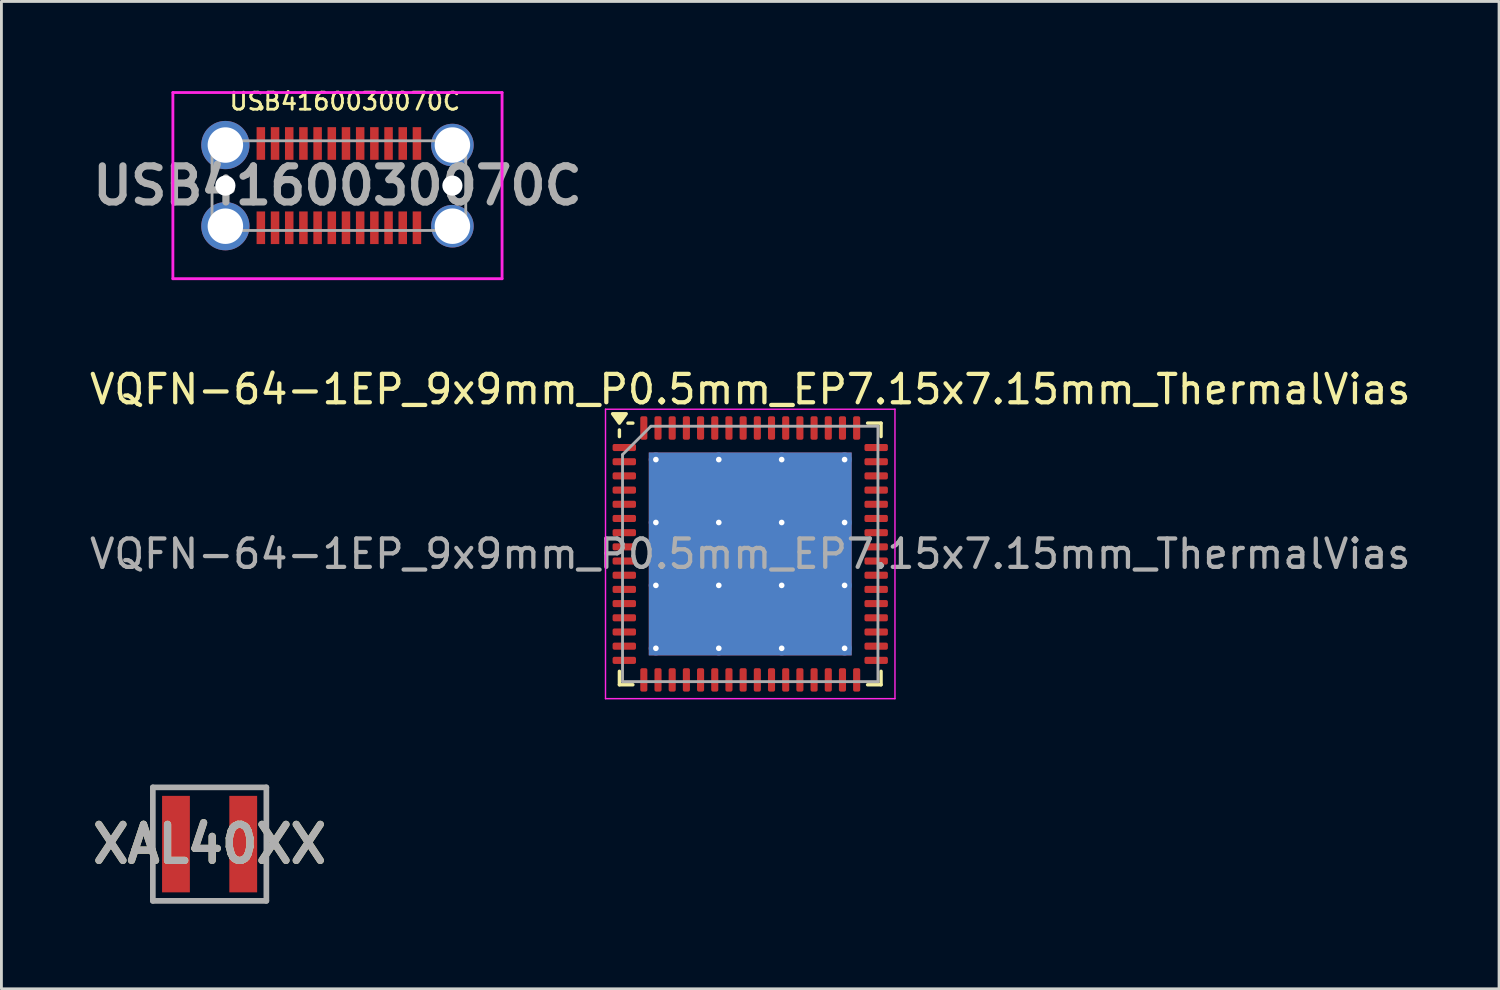
<source format=kicad_pcb>
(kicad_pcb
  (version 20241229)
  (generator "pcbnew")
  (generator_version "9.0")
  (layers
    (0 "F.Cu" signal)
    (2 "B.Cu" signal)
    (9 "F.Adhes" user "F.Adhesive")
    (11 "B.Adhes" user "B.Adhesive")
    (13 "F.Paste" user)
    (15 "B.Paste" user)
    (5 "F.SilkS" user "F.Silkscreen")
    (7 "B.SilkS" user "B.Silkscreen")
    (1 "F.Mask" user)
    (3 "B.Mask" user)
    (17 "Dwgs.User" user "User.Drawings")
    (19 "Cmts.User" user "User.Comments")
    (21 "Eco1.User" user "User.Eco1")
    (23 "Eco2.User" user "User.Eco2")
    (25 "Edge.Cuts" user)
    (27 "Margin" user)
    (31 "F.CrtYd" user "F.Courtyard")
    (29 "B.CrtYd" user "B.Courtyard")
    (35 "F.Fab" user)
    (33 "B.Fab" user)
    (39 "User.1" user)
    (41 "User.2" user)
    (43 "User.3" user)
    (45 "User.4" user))
  (footprint "VQFN-64-1EP_9x9mm_P0.5mm_EP7.15x7.15mm_ThermalVias"
    (layer "F.Cu")
    (at 23.387 16.47)
    (property "Reference" "VQFN-64-1EP_9x9mm_P0.5mm_EP7.15x7.15mm_ThermalVias" (at 0 -5.8 0) (layer "F.SilkS") (effects (font (size 1 1) (thickness 0.15))))
    (attr smd)
    (fp_line (start -4.61 -4.135) (end -4.61 -4.37) (stroke (width 0.12) (type solid)) (layer "F.SilkS"))
    (fp_line (start -4.61 4.61) (end -4.61 4.135) (stroke (width 0.12) (type solid)) (layer "F.SilkS"))
    (fp_line (start -4.135 -4.61) (end -4.31 -4.61) (stroke (width 0.12) (type solid)) (layer "F.SilkS"))
    (fp_line (start -4.135 4.61) (end -4.61 4.61) (stroke (width 0.12) (type solid)) (layer "F.SilkS"))
    (fp_line (start 4.135 -4.61) (end 4.61 -4.61) (stroke (width 0.12) (type solid)) (layer "F.SilkS"))
    (fp_line (start 4.135 4.61) (end 4.61 4.61) (stroke (width 0.12) (type solid)) (layer "F.SilkS"))
    (fp_line (start 4.61 -4.61) (end 4.61 -4.135) (stroke (width 0.12) (type solid)) (layer "F.SilkS"))
    (fp_line (start 4.61 4.61) (end 4.61 4.135) (stroke (width 0.12) (type solid)) (layer "F.SilkS"))
    (fp_poly (pts (xy -4.61 -4.61) (xy -4.85 -4.94) (xy -4.37 -4.94) (xy -4.61 -4.61)) (stroke (width 0.12) (type solid)) (fill yes) (layer "F.SilkS"))
    (fp_line (start -5.1 -5.1) (end -5.1 5.1) (stroke (width 0.05) (type solid)) (layer "F.CrtYd"))
    (fp_line (start -5.1 5.1) (end 5.1 5.1) (stroke (width 0.05) (type solid)) (layer "F.CrtYd"))
    (fp_line (start 5.1 -5.1) (end -5.1 -5.1) (stroke (width 0.05) (type solid)) (layer "F.CrtYd"))
    (fp_line (start 5.1 5.1) (end 5.1 -5.1) (stroke (width 0.05) (type solid)) (layer "F.CrtYd"))
    (fp_line (start -4.5 -3.5) (end -3.5 -4.5) (stroke (width 0.1) (type solid)) (layer "F.Fab"))
    (fp_line (start -4.5 4.5) (end -4.5 -3.5) (stroke (width 0.1) (type solid)) (layer "F.Fab"))
    (fp_line (start -3.5 -4.5) (end 4.5 -4.5) (stroke (width 0.1) (type solid)) (layer "F.Fab"))
    (fp_line (start 4.5 -4.5) (end 4.5 4.5) (stroke (width 0.1) (type solid)) (layer "F.Fab"))
    (fp_line (start 4.5 4.5) (end -4.5 4.5) (stroke (width 0.1) (type solid)) (layer "F.Fab"))
    (fp_text user "${REFERENCE}" (at 0 0 0) (layer "F.Fab") (effects (font (size 1 1) (thickness 0.15))))
    (pad "" smd roundrect (at -2.38 -2.38) (size 1.92 1.92) (layers "F.Paste") (roundrect_rratio 0.13))
    (pad "" smd roundrect (at -2.38 0) (size 1.92 1.92) (layers "F.Paste") (roundrect_rratio 0.13))
    (pad "" smd roundrect (at -2.38 2.38) (size 1.92 1.92) (layers "F.Paste") (roundrect_rratio 0.13))
    (pad "" smd roundrect (at 0 -2.38) (size 1.92 1.92) (layers "F.Paste") (roundrect_rratio 0.13))
    (pad "" smd roundrect (at 0 0) (size 1.92 1.92) (layers "F.Paste") (roundrect_rratio 0.13))
    (pad "" smd roundrect (at 0 2.38) (size 1.92 1.92) (layers "F.Paste") (roundrect_rratio 0.13))
    (pad "" smd roundrect (at 2.38 -2.38) (size 1.92 1.92) (layers "F.Paste") (roundrect_rratio 0.13))
    (pad "" smd roundrect (at 2.38 0) (size 1.92 1.92) (layers "F.Paste") (roundrect_rratio 0.13))
    (pad "" smd roundrect (at 2.38 2.38) (size 1.92 1.92) (layers "F.Paste") (roundrect_rratio 0.13))
    (pad "1" smd roundrect (at -4.438 -3.75) (size 0.825 0.25) (layers "F.Cu" "F.Mask" "F.Paste") (roundrect_rratio 0.25))
    (pad "2" smd roundrect (at -4.438 -3.25) (size 0.825 0.25) (layers "F.Cu" "F.Mask" "F.Paste") (roundrect_rratio 0.25))
    (pad "3" smd roundrect (at -4.438 -2.75) (size 0.825 0.25) (layers "F.Cu" "F.Mask" "F.Paste") (roundrect_rratio 0.25))
    (pad "4" smd roundrect (at -4.438 -2.25) (size 0.825 0.25) (layers "F.Cu" "F.Mask" "F.Paste") (roundrect_rratio 0.25))
    (pad "5" smd roundrect (at -4.438 -1.75) (size 0.825 0.25) (layers "F.Cu" "F.Mask" "F.Paste") (roundrect_rratio 0.25))
    (pad "6" smd roundrect (at -4.438 -1.25) (size 0.825 0.25) (layers "F.Cu" "F.Mask" "F.Paste") (roundrect_rratio 0.25))
    (pad "7" smd roundrect (at -4.438 -0.75) (size 0.825 0.25) (layers "F.Cu" "F.Mask" "F.Paste") (roundrect_rratio 0.25))
    (pad "8" smd roundrect (at -4.438 -0.25) (size 0.825 0.25) (layers "F.Cu" "F.Mask" "F.Paste") (roundrect_rratio 0.25))
    (pad "9" smd roundrect (at -4.438 0.25) (size 0.825 0.25) (layers "F.Cu" "F.Mask" "F.Paste") (roundrect_rratio 0.25))
    (pad "10" smd roundrect (at -4.438 0.75) (size 0.825 0.25) (layers "F.Cu" "F.Mask" "F.Paste") (roundrect_rratio 0.25))
    (pad "11" smd roundrect (at -4.438 1.25) (size 0.825 0.25) (layers "F.Cu" "F.Mask" "F.Paste") (roundrect_rratio 0.25))
    (pad "12" smd roundrect (at -4.438 1.75) (size 0.825 0.25) (layers "F.Cu" "F.Mask" "F.Paste") (roundrect_rratio 0.25))
    (pad "13" smd roundrect (at -4.438 2.25) (size 0.825 0.25) (layers "F.Cu" "F.Mask" "F.Paste") (roundrect_rratio 0.25))
    (pad "14" smd roundrect (at -4.438 2.75) (size 0.825 0.25) (layers "F.Cu" "F.Mask" "F.Paste") (roundrect_rratio 0.25))
    (pad "15" smd roundrect (at -4.438 3.25) (size 0.825 0.25) (layers "F.Cu" "F.Mask" "F.Paste") (roundrect_rratio 0.25))
    (pad "16" smd roundrect (at -4.438 3.75) (size 0.825 0.25) (layers "F.Cu" "F.Mask" "F.Paste") (roundrect_rratio 0.25))
    (pad "17" smd roundrect (at -3.75 4.438) (size 0.25 0.825) (layers "F.Cu" "F.Mask" "F.Paste") (roundrect_rratio 0.25))
    (pad "18" smd roundrect (at -3.25 4.438) (size 0.25 0.825) (layers "F.Cu" "F.Mask" "F.Paste") (roundrect_rratio 0.25))
    (pad "19" smd roundrect (at -2.75 4.438) (size 0.25 0.825) (layers "F.Cu" "F.Mask" "F.Paste") (roundrect_rratio 0.25))
    (pad "20" smd roundrect (at -2.25 4.438) (size 0.25 0.825) (layers "F.Cu" "F.Mask" "F.Paste") (roundrect_rratio 0.25))
    (pad "21" smd roundrect (at -1.75 4.438) (size 0.25 0.825) (layers "F.Cu" "F.Mask" "F.Paste") (roundrect_rratio 0.25))
    (pad "22" smd roundrect (at -1.25 4.438) (size 0.25 0.825) (layers "F.Cu" "F.Mask" "F.Paste") (roundrect_rratio 0.25))
    (pad "23" smd roundrect (at -0.75 4.438) (size 0.25 0.825) (layers "F.Cu" "F.Mask" "F.Paste") (roundrect_rratio 0.25))
    (pad "24" smd roundrect (at -0.25 4.438) (size 0.25 0.825) (layers "F.Cu" "F.Mask" "F.Paste") (roundrect_rratio 0.25))
    (pad "25" smd roundrect (at 0.25 4.438) (size 0.25 0.825) (layers "F.Cu" "F.Mask" "F.Paste") (roundrect_rratio 0.25))
    (pad "26" smd roundrect (at 0.75 4.438) (size 0.25 0.825) (layers "F.Cu" "F.Mask" "F.Paste") (roundrect_rratio 0.25))
    (pad "27" smd roundrect (at 1.25 4.438) (size 0.25 0.825) (layers "F.Cu" "F.Mask" "F.Paste") (roundrect_rratio 0.25))
    (pad "28" smd roundrect (at 1.75 4.438) (size 0.25 0.825) (layers "F.Cu" "F.Mask" "F.Paste") (roundrect_rratio 0.25))
    (pad "29" smd roundrect (at 2.25 4.438) (size 0.25 0.825) (layers "F.Cu" "F.Mask" "F.Paste") (roundrect_rratio 0.25))
    (pad "30" smd roundrect (at 2.75 4.438) (size 0.25 0.825) (layers "F.Cu" "F.Mask" "F.Paste") (roundrect_rratio 0.25))
    (pad "31" smd roundrect (at 3.25 4.438) (size 0.25 0.825) (layers "F.Cu" "F.Mask" "F.Paste") (roundrect_rratio 0.25))
    (pad "32" smd roundrect (at 3.75 4.438) (size 0.25 0.825) (layers "F.Cu" "F.Mask" "F.Paste") (roundrect_rratio 0.25))
    (pad "33" smd roundrect (at 4.438 3.75) (size 0.825 0.25) (layers "F.Cu" "F.Mask" "F.Paste") (roundrect_rratio 0.25))
    (pad "34" smd roundrect (at 4.438 3.25) (size 0.825 0.25) (layers "F.Cu" "F.Mask" "F.Paste") (roundrect_rratio 0.25))
    (pad "35" smd roundrect (at 4.438 2.75) (size 0.825 0.25) (layers "F.Cu" "F.Mask" "F.Paste") (roundrect_rratio 0.25))
    (pad "36" smd roundrect (at 4.438 2.25) (size 0.825 0.25) (layers "F.Cu" "F.Mask" "F.Paste") (roundrect_rratio 0.25))
    (pad "37" smd roundrect (at 4.438 1.75) (size 0.825 0.25) (layers "F.Cu" "F.Mask" "F.Paste") (roundrect_rratio 0.25))
    (pad "38" smd roundrect (at 4.438 1.25) (size 0.825 0.25) (layers "F.Cu" "F.Mask" "F.Paste") (roundrect_rratio 0.25))
    (pad "39" smd roundrect (at 4.438 0.75) (size 0.825 0.25) (layers "F.Cu" "F.Mask" "F.Paste") (roundrect_rratio 0.25))
    (pad "40" smd roundrect (at 4.438 0.25) (size 0.825 0.25) (layers "F.Cu" "F.Mask" "F.Paste") (roundrect_rratio 0.25))
    (pad "41" smd roundrect (at 4.438 -0.25) (size 0.825 0.25) (layers "F.Cu" "F.Mask" "F.Paste") (roundrect_rratio 0.25))
    (pad "42" smd roundrect (at 4.438 -0.75) (size 0.825 0.25) (layers "F.Cu" "F.Mask" "F.Paste") (roundrect_rratio 0.25))
    (pad "43" smd roundrect (at 4.438 -1.25) (size 0.825 0.25) (layers "F.Cu" "F.Mask" "F.Paste") (roundrect_rratio 0.25))
    (pad "44" smd roundrect (at 4.438 -1.75) (size 0.825 0.25) (layers "F.Cu" "F.Mask" "F.Paste") (roundrect_rratio 0.25))
    (pad "45" smd roundrect (at 4.438 -2.25) (size 0.825 0.25) (layers "F.Cu" "F.Mask" "F.Paste") (roundrect_rratio 0.25))
    (pad "46" smd roundrect (at 4.438 -2.75) (size 0.825 0.25) (layers "F.Cu" "F.Mask" "F.Paste") (roundrect_rratio 0.25))
    (pad "47" smd roundrect (at 4.438 -3.25) (size 0.825 0.25) (layers "F.Cu" "F.Mask" "F.Paste") (roundrect_rratio 0.25))
    (pad "48" smd roundrect (at 4.438 -3.75) (size 0.825 0.25) (layers "F.Cu" "F.Mask" "F.Paste") (roundrect_rratio 0.25))
    (pad "49" smd roundrect (at 3.75 -4.438) (size 0.25 0.825) (layers "F.Cu" "F.Mask" "F.Paste") (roundrect_rratio 0.25))
    (pad "50" smd roundrect (at 3.25 -4.438) (size 0.25 0.825) (layers "F.Cu" "F.Mask" "F.Paste") (roundrect_rratio 0.25))
    (pad "51" smd roundrect (at 2.75 -4.438) (size 0.25 0.825) (layers "F.Cu" "F.Mask" "F.Paste") (roundrect_rratio 0.25))
    (pad "52" smd roundrect (at 2.25 -4.438) (size 0.25 0.825) (layers "F.Cu" "F.Mask" "F.Paste") (roundrect_rratio 0.25))
    (pad "53" smd roundrect (at 1.75 -4.438) (size 0.25 0.825) (layers "F.Cu" "F.Mask" "F.Paste") (roundrect_rratio 0.25))
    (pad "54" smd roundrect (at 1.25 -4.438) (size 0.25 0.825) (layers "F.Cu" "F.Mask" "F.Paste") (roundrect_rratio 0.25))
    (pad "55" smd roundrect (at 0.75 -4.438) (size 0.25 0.825) (layers "F.Cu" "F.Mask" "F.Paste") (roundrect_rratio 0.25))
    (pad "56" smd roundrect (at 0.25 -4.438) (size 0.25 0.825) (layers "F.Cu" "F.Mask" "F.Paste") (roundrect_rratio 0.25))
    (pad "57" smd roundrect (at -0.25 -4.438) (size 0.25 0.825) (layers "F.Cu" "F.Mask" "F.Paste") (roundrect_rratio 0.25))
    (pad "58" smd roundrect (at -0.75 -4.438) (size 0.25 0.825) (layers "F.Cu" "F.Mask" "F.Paste") (roundrect_rratio 0.25))
    (pad "59" smd roundrect (at -1.25 -4.438) (size 0.25 0.825) (layers "F.Cu" "F.Mask" "F.Paste") (roundrect_rratio 0.25))
    (pad "60" smd roundrect (at -1.75 -4.438) (size 0.25 0.825) (layers "F.Cu" "F.Mask" "F.Paste") (roundrect_rratio 0.25))
    (pad "61" smd roundrect (at -2.25 -4.438) (size 0.25 0.825) (layers "F.Cu" "F.Mask" "F.Paste") (roundrect_rratio 0.25))
    (pad "62" smd roundrect (at -2.75 -4.438) (size 0.25 0.825) (layers "F.Cu" "F.Mask" "F.Paste") (roundrect_rratio 0.25))
    (pad "63" smd roundrect (at -3.25 -4.438) (size 0.25 0.825) (layers "F.Cu" "F.Mask" "F.Paste") (roundrect_rratio 0.25))
    (pad "64" smd roundrect (at -3.75 -4.438) (size 0.25 0.825) (layers "F.Cu" "F.Mask" "F.Paste") (roundrect_rratio 0.25))
    (pad "65" thru_hole circle (at -3.325 -3.325) (size 0.5 0.5) (drill 0.2) (property pad_prop_heatsink) (layers "*.Cu"))
    (pad "65" thru_hole circle (at -3.325 -1.108) (size 0.5 0.5) (drill 0.2) (property pad_prop_heatsink) (layers "*.Cu"))
    (pad "65" thru_hole circle (at -3.325 1.108) (size 0.5 0.5) (drill 0.2) (property pad_prop_heatsink) (layers "*.Cu"))
    (pad "65" thru_hole circle (at -3.325 3.325) (size 0.5 0.5) (drill 0.2) (property pad_prop_heatsink) (layers "*.Cu"))
    (pad "65" thru_hole circle (at -1.108 -3.325) (size 0.5 0.5) (drill 0.2) (property pad_prop_heatsink) (layers "*.Cu"))
    (pad "65" thru_hole circle (at -1.108 -1.108) (size 0.5 0.5) (drill 0.2) (property pad_prop_heatsink) (layers "*.Cu"))
    (pad "65" thru_hole circle (at -1.108 1.108) (size 0.5 0.5) (drill 0.2) (property pad_prop_heatsink) (layers "*.Cu"))
    (pad "65" thru_hole circle (at -1.108 3.325) (size 0.5 0.5) (drill 0.2) (property pad_prop_heatsink) (layers "*.Cu"))
    (pad "65" smd rect (at 0 0) (size 7.15 7.15) (property pad_prop_heatsink) (layers "F.Cu" "F.Mask"))
    (pad "65" smd rect (at 0 0) (size 7.15 7.15) (property pad_prop_heatsink) (layers "B.Cu"))
    (pad "65" thru_hole circle (at 1.108 -3.325) (size 0.5 0.5) (drill 0.2) (property pad_prop_heatsink) (layers "*.Cu"))
    (pad "65" thru_hole circle (at 1.108 -1.108) (size 0.5 0.5) (drill 0.2) (property pad_prop_heatsink) (layers "*.Cu"))
    (pad "65" thru_hole circle (at 1.108 1.108) (size 0.5 0.5) (drill 0.2) (property pad_prop_heatsink) (layers "*.Cu"))
    (pad "65" thru_hole circle (at 1.108 3.325) (size 0.5 0.5) (drill 0.2) (property pad_prop_heatsink) (layers "*.Cu"))
    (pad "65" thru_hole circle (at 3.325 -3.325) (size 0.5 0.5) (drill 0.2) (property pad_prop_heatsink) (layers "*.Cu"))
    (pad "65" thru_hole circle (at 3.325 -1.108) (size 0.5 0.5) (drill 0.2) (property pad_prop_heatsink) (layers "*.Cu"))
    (pad "65" thru_hole circle (at 3.325 1.108) (size 0.5 0.5) (drill 0.2) (property pad_prop_heatsink) (layers "*.Cu"))
    (pad "65" thru_hole circle (at 3.325 3.325) (size 0.5 0.5) (drill 0.2) (property pad_prop_heatsink) (layers "*.Cu")))
  (footprint "XAL40XX"
    (layer "F.Cu")
    (at 4.336 26.695)
    (property "Reference" "XAL40XX" (at 0 0 0) (layer "F.SilkS") (effects (font (size 1.27 1.27) (thickness 0.254))))
    (attr smd)
    (fp_line (start -2 -2) (end 2 -2) (stroke (width 0.1) (type solid)) (layer "F.SilkS"))
    (fp_line (start -2 2) (end -2 -2) (stroke (width 0.1) (type solid)) (layer "F.SilkS"))
    (fp_line (start 2 -2) (end 2 2) (stroke (width 0.1) (type solid)) (layer "F.SilkS"))
    (fp_line (start 2 2) (end -2 2) (stroke (width 0.1) (type solid)) (layer "F.SilkS"))
    (fp_line (start -2 -2) (end -2 2) (stroke (width 0.2) (type solid)) (layer "F.Fab"))
    (fp_line (start -2 2) (end 2 2) (stroke (width 0.2) (type solid)) (layer "F.Fab"))
    (fp_line (start 2 -2) (end -2 -2) (stroke (width 0.2) (type solid)) (layer "F.Fab"))
    (fp_line (start 2 2) (end 2 -2) (stroke (width 0.2) (type solid)) (layer "F.Fab"))
    (fp_text user "${REFERENCE}" (at 0 0 0) (layer "F.Fab") (effects (font (size 1.27 1.27) (thickness 0.254))))
    (pad "1" smd rect (at -1.185 0) (size 0.98 3.4) (layers "F.Cu" "F.Mask" "F.Paste"))
    (pad "2" smd rect (at 1.185 0) (size 0.98 3.4) (layers "F.Cu" "F.Mask" "F.Paste")))
  (footprint "USB4160030070C"
    (layer "F.Cu")
    (at 8.892 3.491)
    (property "Reference" "USB4160030070C" (at 0.21 -2.965 0) (layer "F.SilkS") (effects (font (size 0.6 0.6) (thickness 0.1))))
    (attr through_hole)
    (fp_line (start -2.75 -2.8) (end -2.75 -2.8) (stroke (width 0.1) (type solid)) (layer "F.SilkS"))
    (fp_line (start -2.75 -2.7) (end -2.75 -2.7) (stroke (width 0.1) (type solid)) (layer "F.SilkS"))
    (fp_arc (start -2.75 -2.8) (mid -2.7 -2.75) (end -2.75 -2.7) (stroke (width 0.1) (type solid)) (layer "F.SilkS"))
    (fp_arc (start -2.75 -2.7) (mid -2.8 -2.75) (end -2.75 -2.8) (stroke (width 0.1) (type solid)) (layer "F.SilkS"))
    (fp_line (start -5.85 -3.28) (end 5.75 -3.28) (stroke (width 0.1) (type solid)) (layer "F.CrtYd"))
    (fp_line (start -5.85 3.28) (end -5.85 -3.28) (stroke (width 0.1) (type solid)) (layer "F.CrtYd"))
    (fp_line (start 5.75 -3.28) (end 5.75 3.28) (stroke (width 0.1) (type solid)) (layer "F.CrtYd"))
    (fp_line (start 5.75 3.28) (end -5.85 3.28) (stroke (width 0.1) (type solid)) (layer "F.CrtYd"))
    (fp_line (start -4.47 -1.58) (end 4.47 -1.58) (stroke (width 0.1) (type solid)) (layer "F.Fab"))
    (fp_line (start -4.47 1.58) (end -4.47 -1.58) (stroke (width 0.1) (type solid)) (layer "F.Fab"))
    (fp_line (start 4.47 -1.58) (end 4.47 1.58) (stroke (width 0.1) (type solid)) (layer "F.Fab"))
    (fp_line (start 4.47 1.58) (end -4.47 1.58) (stroke (width 0.1) (type solid)) (layer "F.Fab"))
    (fp_text user "${REFERENCE}" (at -0.05 0 0) (layer "F.Fab") (effects (font (size 1.27 1.27) (thickness 0.254))))
    (pad "" np_thru_hole circle (at -4 0) (size 0.71 0.71) (drill 0.71) (layers "*.Cu" "*.Mask"))
    (pad "" np_thru_hole circle (at 4 0) (size 0.71 0.71) (drill 0.71) (layers "*.Cu" "*.Mask"))
    (pad "1" thru_hole circle (at -4 -1.43) (size 1.7 1.7) (drill 1.25) (layers "*.Cu" "*.Mask"))
    (pad "2" thru_hole circle (at 4 -1.43) (size 1.5 1.5) (drill 1.25) (layers "*.Cu" "*.Mask"))
    (pad "3" thru_hole circle (at -4 1.43) (size 1.7 1.7) (drill 1.25) (layers "*.Cu" "*.Mask"))
    (pad "4" thru_hole circle (at 4 1.43) (size 1.5 1.5) (drill 1.25) (layers "*.Cu" "*.Mask"))
    (pad "A1" smd rect (at -2.75 -1.485) (size 0.3 1.15) (layers "F.Cu" "F.Mask" "F.Paste"))
    (pad "A2" smd rect (at -2.25 -1.485) (size 0.3 1.15) (layers "F.Cu" "F.Mask" "F.Paste"))
    (pad "A3" smd rect (at -1.75 -1.485) (size 0.3 1.15) (layers "F.Cu" "F.Mask" "F.Paste"))
    (pad "A4" smd rect (at -1.25 -1.485) (size 0.3 1.15) (layers "F.Cu" "F.Mask" "F.Paste"))
    (pad "A5" smd rect (at -0.75 -1.485) (size 0.3 1.15) (layers "F.Cu" "F.Mask" "F.Paste"))
    (pad "A6" smd rect (at -0.25 -1.485) (size 0.3 1.15) (layers "F.Cu" "F.Mask" "F.Paste"))
    (pad "A7" smd rect (at 0.25 -1.485) (size 0.3 1.15) (layers "F.Cu" "F.Mask" "F.Paste"))
    (pad "A8" smd rect (at 0.75 -1.485) (size 0.3 1.15) (layers "F.Cu" "F.Mask" "F.Paste"))
    (pad "A9" smd rect (at 1.25 -1.485) (size 0.3 1.15) (layers "F.Cu" "F.Mask" "F.Paste"))
    (pad "A10" smd rect (at 1.75 -1.485) (size 0.3 1.15) (layers "F.Cu" "F.Mask" "F.Paste"))
    (pad "A11" smd rect (at 2.25 -1.485) (size 0.3 1.15) (layers "F.Cu" "F.Mask" "F.Paste"))
    (pad "A12" smd rect (at 2.75 -1.485) (size 0.3 1.15) (layers "F.Cu" "F.Mask" "F.Paste"))
    (pad "B1" smd rect (at 2.75 1.485) (size 0.3 1.15) (layers "F.Cu" "F.Mask" "F.Paste"))
    (pad "B2" smd rect (at 2.25 1.485) (size 0.3 1.15) (layers "F.Cu" "F.Mask" "F.Paste"))
    (pad "B3" smd rect (at 1.75 1.485) (size 0.3 1.15) (layers "F.Cu" "F.Mask" "F.Paste"))
    (pad "B4" smd rect (at 1.25 1.485) (size 0.3 1.15) (layers "F.Cu" "F.Mask" "F.Paste"))
    (pad "B5" smd rect (at 0.75 1.485) (size 0.3 1.15) (layers "F.Cu" "F.Mask" "F.Paste"))
    (pad "B6" smd rect (at 0.25 1.485) (size 0.3 1.15) (layers "F.Cu" "F.Mask" "F.Paste"))
    (pad "B7" smd rect (at -0.25 1.485) (size 0.3 1.15) (layers "F.Cu" "F.Mask" "F.Paste"))
    (pad "B8" smd rect (at -0.75 1.485) (size 0.3 1.15) (layers "F.Cu" "F.Mask" "F.Paste"))
    (pad "B9" smd rect (at -1.25 1.485) (size 0.3 1.15) (layers "F.Cu" "F.Mask" "F.Paste"))
    (pad "B10" smd rect (at -1.75 1.485) (size 0.3 1.15) (layers "F.Cu" "F.Mask" "F.Paste"))
    (pad "B11" smd rect (at -2.25 1.485) (size 0.3 1.15) (layers "F.Cu" "F.Mask" "F.Paste"))
    (pad "B12" smd rect (at -2.75 1.485) (size 0.3 1.15) (layers "F.Cu" "F.Mask" "F.Paste")))
  (gr_rect
    (start -3 -3)
    (end 49.774 31.795)
    (stroke (width 0.1) (type default))
    (fill no)
    (layer "Edge.Cuts")))
</source>
